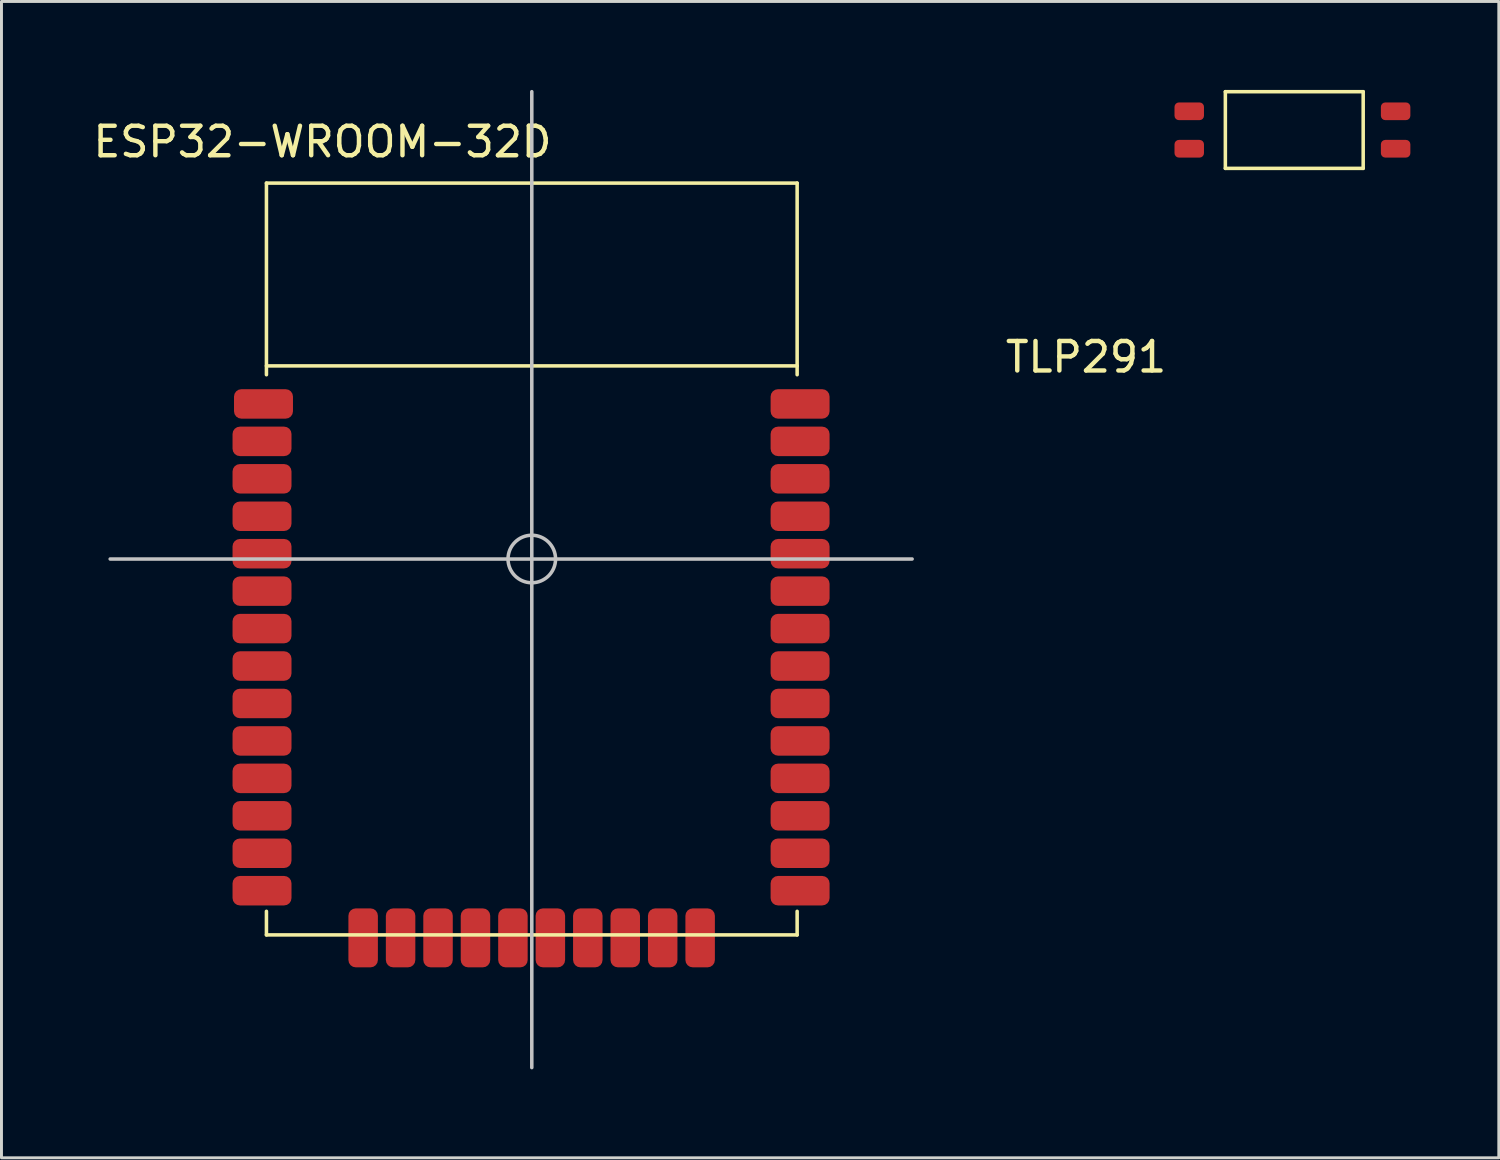
<source format=kicad_pcb>
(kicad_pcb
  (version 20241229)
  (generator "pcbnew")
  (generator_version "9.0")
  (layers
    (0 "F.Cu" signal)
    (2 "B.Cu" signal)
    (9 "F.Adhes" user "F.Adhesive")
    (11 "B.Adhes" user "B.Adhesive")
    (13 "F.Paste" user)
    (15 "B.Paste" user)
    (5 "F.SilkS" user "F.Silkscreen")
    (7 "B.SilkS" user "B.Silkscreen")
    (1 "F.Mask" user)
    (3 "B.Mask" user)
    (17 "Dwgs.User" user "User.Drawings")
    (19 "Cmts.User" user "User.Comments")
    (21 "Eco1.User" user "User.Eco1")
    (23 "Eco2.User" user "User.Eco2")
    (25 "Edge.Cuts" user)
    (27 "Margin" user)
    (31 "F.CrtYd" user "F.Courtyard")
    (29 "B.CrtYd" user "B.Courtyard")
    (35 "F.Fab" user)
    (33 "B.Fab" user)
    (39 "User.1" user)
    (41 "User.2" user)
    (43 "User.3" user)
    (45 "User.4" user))
  (footprint "TLP291"
    (layer "F.Cu")
    (at 40.786 1.36)
    (property "Reference" "TLP291" (at -7 7.7 0) (layer "F.SilkS") (effects (font (size 1 1) (thickness 0.15))))
    (attr through_hole)
    (fp_line (start -2.275 -1.3) (end -2.275 1.3) (stroke (width 0.12) (type solid)) (layer "F.SilkS"))
    (fp_line (start -2.275 -1.3) (end 2.4 -1.3) (stroke (width 0.12) (type solid)) (layer "F.SilkS"))
    (fp_line (start -2.275 1.3) (end 2.4 1.3) (stroke (width 0.12) (type solid)) (layer "F.SilkS"))
    (fp_line (start 2.4 -1.3) (end 2.4 1.3) (stroke (width 0.12) (type solid)) (layer "F.SilkS"))
    (pad "1" smd roundrect (at -3.5 -0.635 180) (size 1 0.6) (layers "F.Cu" "F.Mask" "F.Paste") (roundrect_rratio 0.25))
    (pad "2" smd roundrect (at -3.5 0.635 180) (size 1 0.6) (layers "F.Cu" "F.Mask" "F.Paste") (roundrect_rratio 0.25))
    (pad "3" smd roundrect (at 3.5 0.635 180) (size 1 0.6) (layers "F.Cu" "F.Mask" "F.Paste") (roundrect_rratio 0.25))
    (pad "4" smd roundrect (at 3.5 -0.635 180) (size 1 0.6) (layers "F.Cu" "F.Mask" "F.Paste") (roundrect_rratio 0.25)))
  (footprint "ESP32-WROOM-32D"
    (layer "F.Cu")
    (at 5.987 3.16)
    (property "Reference" "ESP32-WROOM-32D" (at 1.9 -1.4 0) (layer "F.SilkS") (effects (font (size 1 1) (thickness 0.15))))
    (attr through_hole)
    (fp_line (start 0 0) (end 0 6.5) (stroke (width 0.12) (type solid)) (layer "F.SilkS"))
    (fp_line (start 0 6.2) (end 18 6.2) (stroke (width 0.12) (type solid)) (layer "F.SilkS"))
    (fp_line (start 0 25.5) (end 0 24.7) (stroke (width 0.12) (type solid)) (layer "F.SilkS"))
    (fp_line (start 18 0) (end 0 0) (stroke (width 0.12) (type solid)) (layer "F.SilkS"))
    (fp_line (start 18 0) (end 18 6.5) (stroke (width 0.12) (type solid)) (layer "F.SilkS"))
    (fp_line (start 18 25.5) (end 0 25.5) (stroke (width 0.12) (type solid)) (layer "F.SilkS"))
    (fp_line (start 18 25.5) (end 18 24.7) (stroke (width 0.12) (type solid)) (layer "F.SilkS"))
    (fp_line (start -5.3 12.75) (end 21.9 12.75) (stroke (width 0.12) (type solid)) (layer "Dwgs.User"))
    (fp_line (start 9 -3.1) (end 9 30) (stroke (width 0.12) (type solid)) (layer "Dwgs.User"))
    (fp_circle (center 9 12.75) (end 9.806 12.75) (stroke (width 0.12) (type solid)) (fill no) (layer "Dwgs.User"))
    (pad "1" smd roundrect (at -0.1 7.49 180) (size 2 1) (layers "F.Cu" "F.Mask" "F.Paste") (roundrect_rratio 0.25))
    (pad "2" smd roundrect (at -0.15 8.76 180) (size 2 1) (layers "F.Cu" "F.Mask" "F.Paste") (roundrect_rratio 0.25))
    (pad "3" smd roundrect (at -0.15 10.03 180) (size 2 1) (layers "F.Cu" "F.Mask" "F.Paste") (roundrect_rratio 0.25))
    (pad "4" smd roundrect (at -0.15 11.3 180) (size 2 1) (layers "F.Cu" "F.Mask" "F.Paste") (roundrect_rratio 0.25))
    (pad "5" smd roundrect (at -0.15 12.57 180) (size 2 1) (layers "F.Cu" "F.Mask" "F.Paste") (roundrect_rratio 0.25))
    (pad "6" smd roundrect (at -0.15 13.84 180) (size 2 1) (layers "F.Cu" "F.Mask" "F.Paste") (roundrect_rratio 0.25))
    (pad "7" smd roundrect (at -0.15 15.11 180) (size 2 1) (layers "F.Cu" "F.Mask" "F.Paste") (roundrect_rratio 0.25))
    (pad "8" smd roundrect (at -0.15 16.38 180) (size 2 1) (layers "F.Cu" "F.Mask" "F.Paste") (roundrect_rratio 0.25))
    (pad "9" smd roundrect (at -0.15 17.65 180) (size 2 1) (layers "F.Cu" "F.Mask" "F.Paste") (roundrect_rratio 0.25))
    (pad "10" smd roundrect (at -0.15 18.92 180) (size 2 1) (layers "F.Cu" "F.Mask" "F.Paste") (roundrect_rratio 0.25))
    (pad "11" smd roundrect (at -0.15 20.19 180) (size 2 1) (layers "F.Cu" "F.Mask" "F.Paste") (roundrect_rratio 0.25))
    (pad "12" smd roundrect (at -0.15 21.46 180) (size 2 1) (layers "F.Cu" "F.Mask" "F.Paste") (roundrect_rratio 0.25))
    (pad "13" smd roundrect (at -0.15 22.73 180) (size 2 1) (layers "F.Cu" "F.Mask" "F.Paste") (roundrect_rratio 0.25))
    (pad "14" smd roundrect (at -0.15 24 180) (size 2 1) (layers "F.Cu" "F.Mask" "F.Paste") (roundrect_rratio 0.25))
    (pad "15" smd roundrect (at 3.28 25.6 270) (size 2 1) (layers "F.Cu" "F.Mask" "F.Paste") (roundrect_rratio 0.25))
    (pad "16" smd roundrect (at 4.55 25.6 270) (size 2 1) (layers "F.Cu" "F.Mask" "F.Paste") (roundrect_rratio 0.25))
    (pad "17" smd roundrect (at 5.82 25.6 270) (size 2 1) (layers "F.Cu" "F.Mask" "F.Paste") (roundrect_rratio 0.25))
    (pad "18" smd roundrect (at 7.09 25.6 270) (size 2 1) (layers "F.Cu" "F.Mask" "F.Paste") (roundrect_rratio 0.25))
    (pad "19" smd roundrect (at 8.36 25.6 270) (size 2 1) (layers "F.Cu" "F.Mask" "F.Paste") (roundrect_rratio 0.25))
    (pad "20" smd roundrect (at 9.63 25.6 270) (size 2 1) (layers "F.Cu" "F.Mask" "F.Paste") (roundrect_rratio 0.25))
    (pad "21" smd roundrect (at 10.9 25.6 270) (size 2 1) (layers "F.Cu" "F.Mask" "F.Paste") (roundrect_rratio 0.25))
    (pad "22" smd roundrect (at 12.17 25.6 270) (size 2 1) (layers "F.Cu" "F.Mask" "F.Paste") (roundrect_rratio 0.25))
    (pad "23" smd roundrect (at 13.44 25.6 270) (size 2 1) (layers "F.Cu" "F.Mask" "F.Paste") (roundrect_rratio 0.25))
    (pad "24" smd roundrect (at 14.71 25.6 270) (size 2 1) (layers "F.Cu" "F.Mask" "F.Paste") (roundrect_rratio 0.25))
    (pad "25" smd roundrect (at 18.1 24 180) (size 2 1) (layers "F.Cu" "F.Mask" "F.Paste") (roundrect_rratio 0.25))
    (pad "26" smd roundrect (at 18.1 22.73 180) (size 2 1) (layers "F.Cu" "F.Mask" "F.Paste") (roundrect_rratio 0.25))
    (pad "27" smd roundrect (at 18.1 21.46 180) (size 2 1) (layers "F.Cu" "F.Mask" "F.Paste") (roundrect_rratio 0.25))
    (pad "28" smd roundrect (at 18.1 20.19 180) (size 2 1) (layers "F.Cu" "F.Mask" "F.Paste") (roundrect_rratio 0.25))
    (pad "29" smd roundrect (at 18.1 18.92 180) (size 2 1) (layers "F.Cu" "F.Mask" "F.Paste") (roundrect_rratio 0.25))
    (pad "30" smd roundrect (at 18.1 17.65 180) (size 2 1) (layers "F.Cu" "F.Mask" "F.Paste") (roundrect_rratio 0.25))
    (pad "31" smd roundrect (at 18.1 16.38 180) (size 2 1) (layers "F.Cu" "F.Mask" "F.Paste") (roundrect_rratio 0.25))
    (pad "32" smd roundrect (at 18.1 15.11 180) (size 2 1) (layers "F.Cu" "F.Mask" "F.Paste") (roundrect_rratio 0.25))
    (pad "33" smd roundrect (at 18.1 13.84 180) (size 2 1) (layers "F.Cu" "F.Mask" "F.Paste") (roundrect_rratio 0.25))
    (pad "34" smd roundrect (at 18.1 12.57 180) (size 2 1) (layers "F.Cu" "F.Mask" "F.Paste") (roundrect_rratio 0.25))
    (pad "35" smd roundrect (at 18.1 11.3 180) (size 2 1) (layers "F.Cu" "F.Mask" "F.Paste") (roundrect_rratio 0.25))
    (pad "36" smd roundrect (at 18.1 10.03 180) (size 2 1) (layers "F.Cu" "F.Mask" "F.Paste") (roundrect_rratio 0.25))
    (pad "37" smd roundrect (at 18.1 8.76 180) (size 2 1) (layers "F.Cu" "F.Mask" "F.Paste") (roundrect_rratio 0.25))
    (pad "38" smd roundrect (at 18.1 7.49 180) (size 2 1) (layers "F.Cu" "F.Mask" "F.Paste") (roundrect_rratio 0.25)))
  (gr_rect
    (start -3 -3)
    (end 47.786 36.22)
    (stroke (width 0.1) (type default))
    (fill no)
    (layer "Edge.Cuts")))
</source>
